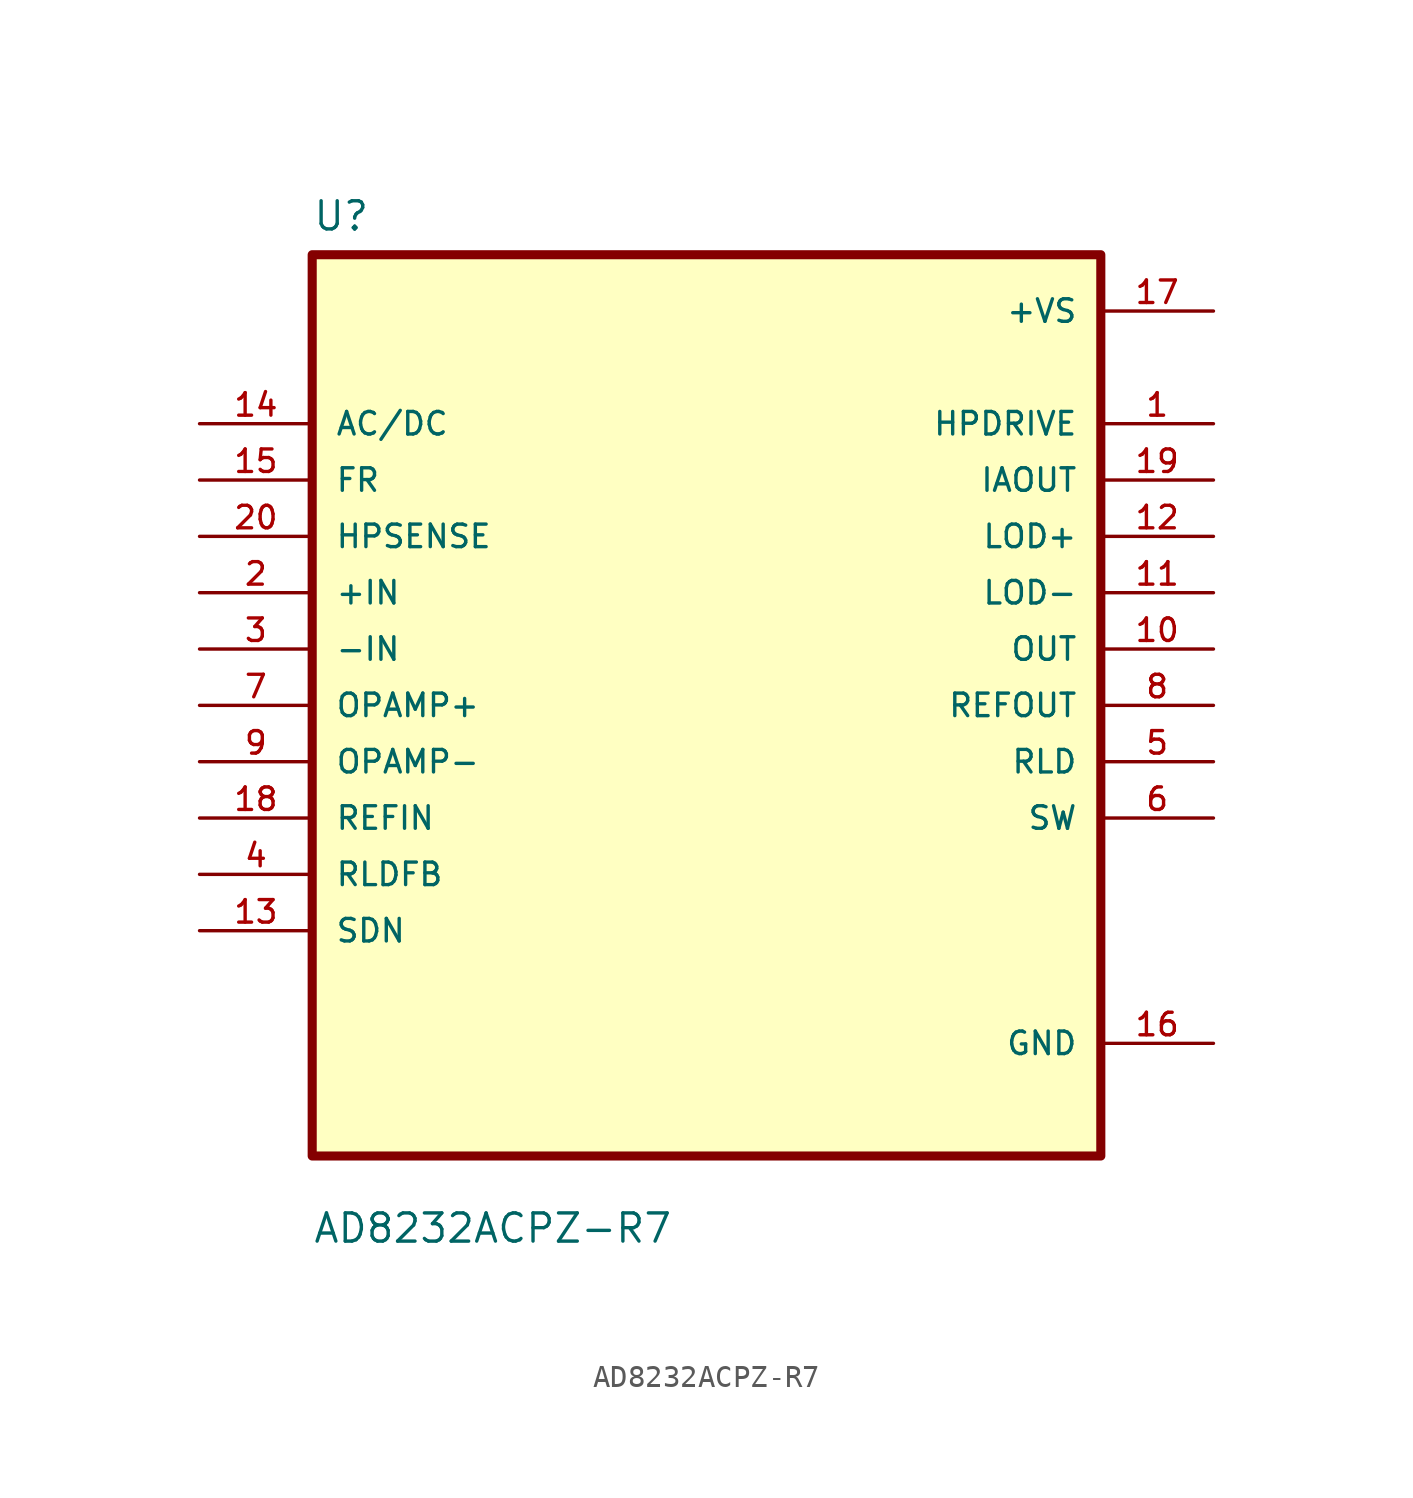
<source format=kicad_sym>
(kicad_symbol_lib
  (version 20211014)
  (generator kicad_symbol_editor)
  (symbol "AD8232ACPZ-R7"
    (pin_names
      (offset 1.016))
    (property "Reference" "U"
      (at -17.78 21.32 0.0)
      (effects (font (size 1.27 1.27)) (justify bottom left)))
    (property "Value" "AD8232ACPZ-R7"
      (at -17.78 -24.32 0.0)
      (effects (font (size 1.27 1.27)) (justify bottom left)))
    (symbol "AD8232ACPZ-R7_0_0"
      (rectangle (start -17.78 -20.32) (end 17.78 20.32) (stroke (width 0.41)) (fill (type background)))
      (pin input line (at -22.86 12.7 0) (length 5.08) (name "AC/DC" (effects (font (size 1.016 1.016)))) (number "14" (effects (font (size 1.016 1.016)))))
      (pin input line (at -22.86 10.16 0) (length 5.08) (name "FR" (effects (font (size 1.016 1.016)))) (number "15" (effects (font (size 1.016 1.016)))))
      (pin input line (at -22.86 7.62 0) (length 5.08) (name "HPSENSE" (effects (font (size 1.016 1.016)))) (number "20" (effects (font (size 1.016 1.016)))))
      (pin input line (at -22.86 5.08 0) (length 5.08) (name "+IN" (effects (font (size 1.016 1.016)))) (number "2" (effects (font (size 1.016 1.016)))))
      (pin input line (at -22.86 2.54 0) (length 5.08) (name "-IN" (effects (font (size 1.016 1.016)))) (number "3" (effects (font (size 1.016 1.016)))))
      (pin input line (at -22.86 0.0 0) (length 5.08) (name "OPAMP+" (effects (font (size 1.016 1.016)))) (number "7" (effects (font (size 1.016 1.016)))))
      (pin input line (at -22.86 -2.54 0) (length 5.08) (name "OPAMP-" (effects (font (size 1.016 1.016)))) (number "9" (effects (font (size 1.016 1.016)))))
      (pin input line (at -22.86 -5.08 0) (length 5.08) (name "REFIN" (effects (font (size 1.016 1.016)))) (number "18" (effects (font (size 1.016 1.016)))))
      (pin input line (at -22.86 -7.62 0) (length 5.08) (name "RLDFB" (effects (font (size 1.016 1.016)))) (number "4" (effects (font (size 1.016 1.016)))))
      (pin input line (at -22.86 -10.16 0) (length 5.08) (name "SDN" (effects (font (size 1.016 1.016)))) (number "13" (effects (font (size 1.016 1.016)))))
      (pin power_in line (at 22.86 17.78 180.0) (length 5.08) (name "+VS" (effects (font (size 1.016 1.016)))) (number "17" (effects (font (size 1.016 1.016)))))
      (pin output line (at 22.86 12.7 180.0) (length 5.08) (name "HPDRIVE" (effects (font (size 1.016 1.016)))) (number "1" (effects (font (size 1.016 1.016)))))
      (pin output line (at 22.86 10.16 180.0) (length 5.08) (name "IAOUT" (effects (font (size 1.016 1.016)))) (number "19" (effects (font (size 1.016 1.016)))))
      (pin output line (at 22.86 7.62 180.0) (length 5.08) (name "LOD+" (effects (font (size 1.016 1.016)))) (number "12" (effects (font (size 1.016 1.016)))))
      (pin output line (at 22.86 5.08 180.0) (length 5.08) (name "LOD-" (effects (font (size 1.016 1.016)))) (number "11" (effects (font (size 1.016 1.016)))))
      (pin output line (at 22.86 2.54 180.0) (length 5.08) (name "OUT" (effects (font (size 1.016 1.016)))) (number "10" (effects (font (size 1.016 1.016)))))
      (pin output line (at 22.86 0.0 180.0) (length 5.08) (name "REFOUT" (effects (font (size 1.016 1.016)))) (number "8" (effects (font (size 1.016 1.016)))))
      (pin output line (at 22.86 -2.54 180.0) (length 5.08) (name "RLD" (effects (font (size 1.016 1.016)))) (number "5" (effects (font (size 1.016 1.016)))))
      (pin output line (at 22.86 -5.08 180.0) (length 5.08) (name "SW" (effects (font (size 1.016 1.016)))) (number "6" (effects (font (size 1.016 1.016)))))
      (pin power_in line (at 22.86 -15.24 180.0) (length 5.08) (name "GND" (effects (font (size 1.016 1.016)))) (number "16" (effects (font (size 1.016 1.016))))))))
</source>
